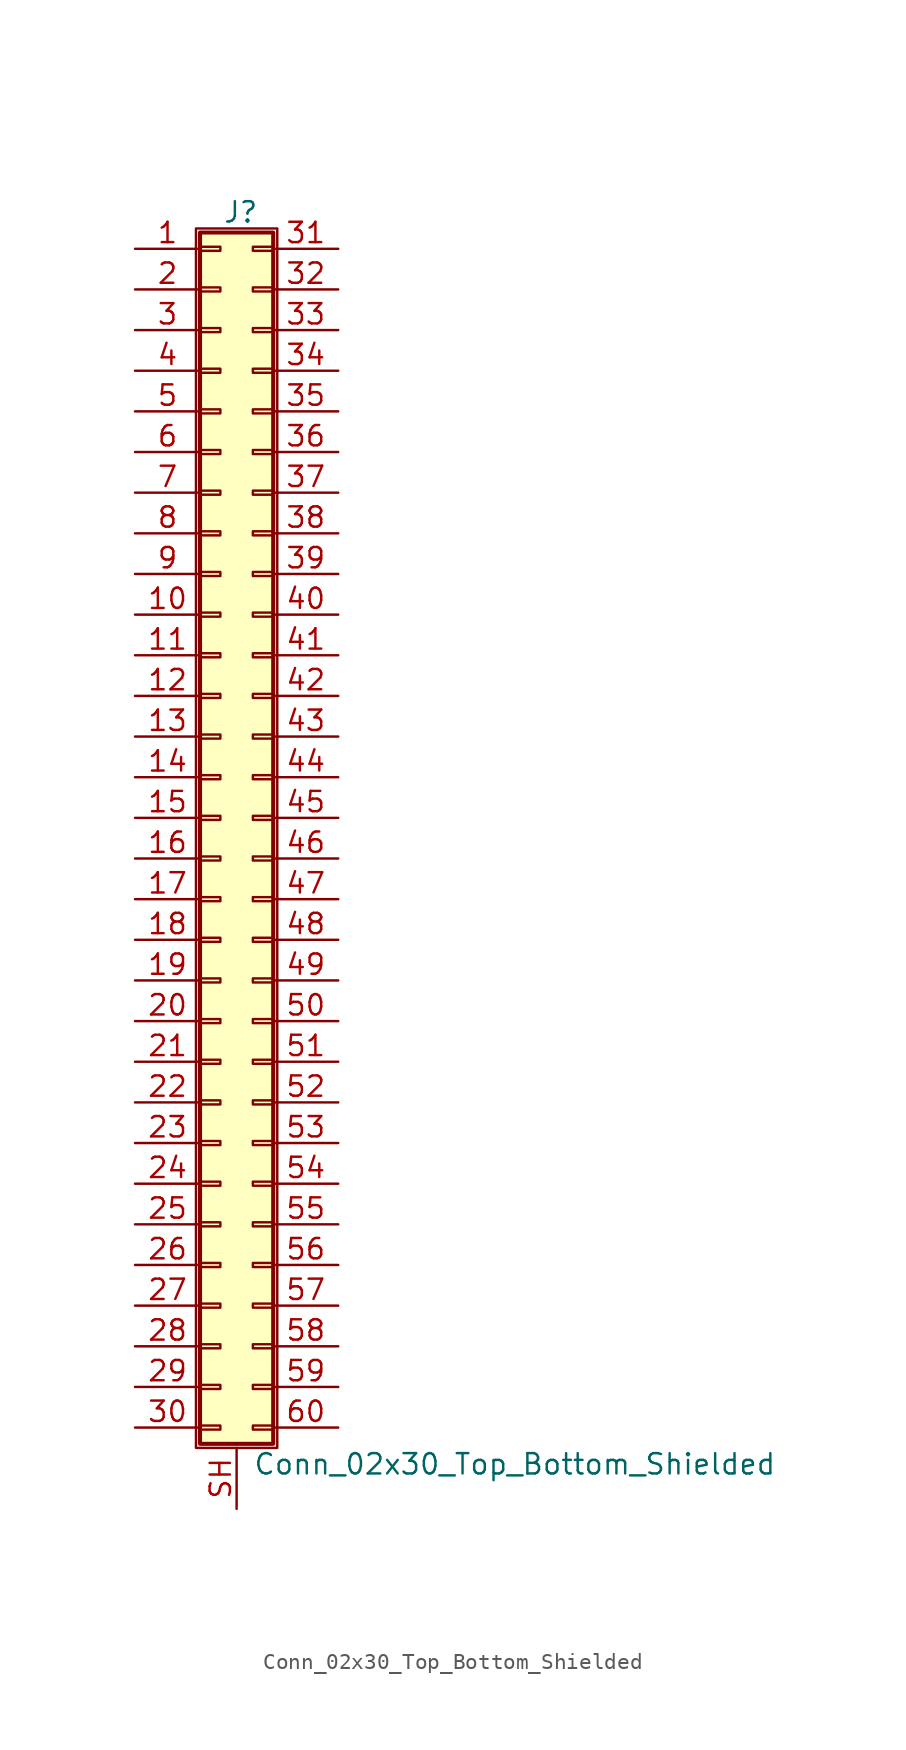
<source format=kicad_sym>
(kicad_symbol_lib
  (version 20201005)
  (generator kicad_symbol_editor)
  (symbol "Connector_Generic_Shielded:Conn_02x30_Top_Bottom_Shielded"
    (pin_names
      (offset 1.016) hide)
    (property "Reference" "J"
      (at 1.524 37.846 0)
      (effects (font (size 1.27 1.27))))
    (property "Value" "Conn_02x30_Top_Bottom_Shielded"
      (at 2.286 -40.386 0)
      (effects (font (size 1.27 1.27)) (justify left)))
    (symbol "Conn_02x30_Top_Bottom_Shielded_1_1"
      (rectangle (start -1.016 -27.813) (end 0.254 -28.067) (stroke (width 0.152)) (fill (type none)))
      (rectangle (start -1.016 -30.353) (end 0.254 -30.607) (stroke (width 0.152)) (fill (type none)))
      (rectangle (start -1.016 -32.893) (end 0.254 -33.147) (stroke (width 0.152)) (fill (type none)))
      (rectangle (start -1.016 -35.433) (end 0.254 -35.687) (stroke (width 0.152)) (fill (type none)))
      (rectangle (start -1.016 -37.973) (end 0.254 -38.227) (stroke (width 0.152)) (fill (type none)))
      (rectangle (start -1.016 -4.953) (end 0.254 -5.207) (stroke (width 0.152)) (fill (type none)))
      (rectangle (start -1.016 -7.493) (end 0.254 -7.747) (stroke (width 0.152)) (fill (type none)))
      (rectangle (start -1.016 -10.033) (end 0.254 -10.287) (stroke (width 0.152)) (fill (type none)))
      (rectangle (start -1.016 -12.573) (end 0.254 -12.827) (stroke (width 0.152)) (fill (type none)))
      (rectangle (start -1.016 -15.113) (end 0.254 -15.367) (stroke (width 0.152)) (fill (type none)))
      (rectangle (start -1.016 -17.653) (end 0.254 -17.907) (stroke (width 0.152)) (fill (type none)))
      (rectangle (start -1.016 -20.193) (end 0.254 -20.447) (stroke (width 0.152)) (fill (type none)))
      (rectangle (start -1.016 -22.733) (end 0.254 -22.987) (stroke (width 0.152)) (fill (type none)))
      (rectangle (start -1.016 -2.413) (end 0.254 -2.667) (stroke (width 0.152)) (fill (type none)))
      (rectangle (start -1.016 -25.273) (end 0.254 -25.527) (stroke (width 0.152)) (fill (type none)))
      (rectangle (start -1.016 25.527) (end 0.254 25.273) (stroke (width 0.152)) (fill (type none)))
      (rectangle (start -1.016 2.667) (end 0.254 2.413) (stroke (width 0.152)) (fill (type none)))
      (rectangle (start -1.016 28.067) (end 0.254 27.813) (stroke (width 0.152)) (fill (type none)))
      (rectangle (start -1.016 30.607) (end 0.254 30.353) (stroke (width 0.152)) (fill (type none)))
      (rectangle (start -1.016 33.147) (end 0.254 32.893) (stroke (width 0.152)) (fill (type none)))
      (rectangle (start -1.016 35.687) (end 0.254 35.433) (stroke (width 0.152)) (fill (type none)))
      (rectangle (start -1.016 36.576) (end 3.556 -39.116) (stroke (width 0.254)) (fill (type background)))
      (rectangle (start -1.016 5.207) (end 0.254 4.953) (stroke (width 0.152)) (fill (type none)))
      (rectangle (start -1.016 7.747) (end 0.254 7.493) (stroke (width 0.152)) (fill (type none)))
      (rectangle (start -1.016 10.287) (end 0.254 10.033) (stroke (width 0.152)) (fill (type none)))
      (rectangle (start -1.016 0.127) (end 0.254 -0.127) (stroke (width 0.152)) (fill (type none)))
      (rectangle (start -1.016 12.827) (end 0.254 12.573) (stroke (width 0.152)) (fill (type none)))
      (rectangle (start -1.016 15.367) (end 0.254 15.113) (stroke (width 0.152)) (fill (type none)))
      (rectangle (start -1.016 17.907) (end 0.254 17.653) (stroke (width 0.152)) (fill (type none)))
      (rectangle (start -1.016 20.447) (end 0.254 20.193) (stroke (width 0.152)) (fill (type none)))
      (rectangle (start -1.016 22.987) (end 0.254 22.733) (stroke (width 0.152)) (fill (type none)))
      (rectangle (start -1.27 36.83) (end 3.81 -39.37) (stroke (width 0.152)) (fill (type none)))
      (rectangle (start 3.556 -27.813) (end 2.286 -28.067) (stroke (width 0.152)) (fill (type none)))
      (rectangle (start 3.556 -30.353) (end 2.286 -30.607) (stroke (width 0.152)) (fill (type none)))
      (rectangle (start 3.556 -32.893) (end 2.286 -33.147) (stroke (width 0.152)) (fill (type none)))
      (rectangle (start 3.556 -35.433) (end 2.286 -35.687) (stroke (width 0.152)) (fill (type none)))
      (rectangle (start 3.556 -37.973) (end 2.286 -38.227) (stroke (width 0.152)) (fill (type none)))
      (rectangle (start 3.556 -4.953) (end 2.286 -5.207) (stroke (width 0.152)) (fill (type none)))
      (rectangle (start 3.556 -7.493) (end 2.286 -7.747) (stroke (width 0.152)) (fill (type none)))
      (rectangle (start 3.556 -10.033) (end 2.286 -10.287) (stroke (width 0.152)) (fill (type none)))
      (rectangle (start 3.556 -12.573) (end 2.286 -12.827) (stroke (width 0.152)) (fill (type none)))
      (rectangle (start 3.556 -15.113) (end 2.286 -15.367) (stroke (width 0.152)) (fill (type none)))
      (rectangle (start 3.556 -17.653) (end 2.286 -17.907) (stroke (width 0.152)) (fill (type none)))
      (rectangle (start 3.556 -20.193) (end 2.286 -20.447) (stroke (width 0.152)) (fill (type none)))
      (rectangle (start 3.556 -22.733) (end 2.286 -22.987) (stroke (width 0.152)) (fill (type none)))
      (rectangle (start 3.556 -2.413) (end 2.286 -2.667) (stroke (width 0.152)) (fill (type none)))
      (rectangle (start 3.556 -25.273) (end 2.286 -25.527) (stroke (width 0.152)) (fill (type none)))
      (rectangle (start 3.556 25.527) (end 2.286 25.273) (stroke (width 0.152)) (fill (type none)))
      (rectangle (start 3.556 2.667) (end 2.286 2.413) (stroke (width 0.152)) (fill (type none)))
      (rectangle (start 3.556 28.067) (end 2.286 27.813) (stroke (width 0.152)) (fill (type none)))
      (rectangle (start 3.556 30.607) (end 2.286 30.353) (stroke (width 0.152)) (fill (type none)))
      (rectangle (start 3.556 33.147) (end 2.286 32.893) (stroke (width 0.152)) (fill (type none)))
      (rectangle (start 3.556 35.687) (end 2.286 35.433) (stroke (width 0.152)) (fill (type none)))
      (rectangle (start 3.556 5.207) (end 2.286 4.953) (stroke (width 0.152)) (fill (type none)))
      (rectangle (start 3.556 7.747) (end 2.286 7.493) (stroke (width 0.152)) (fill (type none)))
      (rectangle (start 3.556 10.287) (end 2.286 10.033) (stroke (width 0.152)) (fill (type none)))
      (rectangle (start 3.556 0.127) (end 2.286 -0.127) (stroke (width 0.152)) (fill (type none)))
      (rectangle (start 3.556 12.827) (end 2.286 12.573) (stroke (width 0.152)) (fill (type none)))
      (rectangle (start 3.556 15.367) (end 2.286 15.113) (stroke (width 0.152)) (fill (type none)))
      (rectangle (start 3.556 17.907) (end 2.286 17.653) (stroke (width 0.152)) (fill (type none)))
      (rectangle (start 3.556 20.447) (end 2.286 20.193) (stroke (width 0.152)) (fill (type none)))
      (rectangle (start 3.556 22.987) (end 2.286 22.733) (stroke (width 0.152)) (fill (type none)))
      (pin passive line (at -5.08 35.56 0) (length 4.064) (name "Pin_1" (effects (font (size 1.27 1.27)))) (number "1" (effects (font (size 1.27 1.27)))))
      (pin passive line (at -5.08 12.7 0) (length 4.064) (name "Pin_10" (effects (font (size 1.27 1.27)))) (number "10" (effects (font (size 1.27 1.27)))))
      (pin passive line (at -5.08 10.16 0) (length 4.064) (name "Pin_11" (effects (font (size 1.27 1.27)))) (number "11" (effects (font (size 1.27 1.27)))))
      (pin passive line (at -5.08 7.62 0) (length 4.064) (name "Pin_12" (effects (font (size 1.27 1.27)))) (number "12" (effects (font (size 1.27 1.27)))))
      (pin passive line (at -5.08 5.08 0) (length 4.064) (name "Pin_13" (effects (font (size 1.27 1.27)))) (number "13" (effects (font (size 1.27 1.27)))))
      (pin passive line (at -5.08 2.54 0) (length 4.064) (name "Pin_14" (effects (font (size 1.27 1.27)))) (number "14" (effects (font (size 1.27 1.27)))))
      (pin passive line (at -5.08 0 0) (length 4.064) (name "Pin_15" (effects (font (size 1.27 1.27)))) (number "15" (effects (font (size 1.27 1.27)))))
      (pin passive line (at -5.08 -2.54 0) (length 4.064) (name "Pin_16" (effects (font (size 1.27 1.27)))) (number "16" (effects (font (size 1.27 1.27)))))
      (pin passive line (at -5.08 -5.08 0) (length 4.064) (name "Pin_17" (effects (font (size 1.27 1.27)))) (number "17" (effects (font (size 1.27 1.27)))))
      (pin passive line (at -5.08 -7.62 0) (length 4.064) (name "Pin_18" (effects (font (size 1.27 1.27)))) (number "18" (effects (font (size 1.27 1.27)))))
      (pin passive line (at -5.08 -10.16 0) (length 4.064) (name "Pin_19" (effects (font (size 1.27 1.27)))) (number "19" (effects (font (size 1.27 1.27)))))
      (pin passive line (at -5.08 33.02 0) (length 4.064) (name "Pin_2" (effects (font (size 1.27 1.27)))) (number "2" (effects (font (size 1.27 1.27)))))
      (pin passive line (at -5.08 -12.7 0) (length 4.064) (name "Pin_20" (effects (font (size 1.27 1.27)))) (number "20" (effects (font (size 1.27 1.27)))))
      (pin passive line (at -5.08 -15.24 0) (length 4.064) (name "Pin_21" (effects (font (size 1.27 1.27)))) (number "21" (effects (font (size 1.27 1.27)))))
      (pin passive line (at -5.08 -17.78 0) (length 4.064) (name "Pin_22" (effects (font (size 1.27 1.27)))) (number "22" (effects (font (size 1.27 1.27)))))
      (pin passive line (at -5.08 -20.32 0) (length 4.064) (name "Pin_23" (effects (font (size 1.27 1.27)))) (number "23" (effects (font (size 1.27 1.27)))))
      (pin passive line (at -5.08 -22.86 0) (length 4.064) (name "Pin_24" (effects (font (size 1.27 1.27)))) (number "24" (effects (font (size 1.27 1.27)))))
      (pin passive line (at -5.08 -25.4 0) (length 4.064) (name "Pin_25" (effects (font (size 1.27 1.27)))) (number "25" (effects (font (size 1.27 1.27)))))
      (pin passive line (at -5.08 -27.94 0) (length 4.064) (name "Pin_26" (effects (font (size 1.27 1.27)))) (number "26" (effects (font (size 1.27 1.27)))))
      (pin passive line (at -5.08 -30.48 0) (length 4.064) (name "Pin_27" (effects (font (size 1.27 1.27)))) (number "27" (effects (font (size 1.27 1.27)))))
      (pin passive line (at -5.08 -33.02 0) (length 4.064) (name "Pin_28" (effects (font (size 1.27 1.27)))) (number "28" (effects (font (size 1.27 1.27)))))
      (pin passive line (at -5.08 -35.56 0) (length 4.064) (name "Pin_29" (effects (font (size 1.27 1.27)))) (number "29" (effects (font (size 1.27 1.27)))))
      (pin passive line (at -5.08 30.48 0) (length 4.064) (name "Pin_3" (effects (font (size 1.27 1.27)))) (number "3" (effects (font (size 1.27 1.27)))))
      (pin passive line (at -5.08 -38.1 0) (length 4.064) (name "Pin_30" (effects (font (size 1.27 1.27)))) (number "30" (effects (font (size 1.27 1.27)))))
      (pin passive line (at 7.62 35.56 180) (length 4.064) (name "Pin_31" (effects (font (size 1.27 1.27)))) (number "31" (effects (font (size 1.27 1.27)))))
      (pin passive line (at 7.62 33.02 180) (length 4.064) (name "Pin_32" (effects (font (size 1.27 1.27)))) (number "32" (effects (font (size 1.27 1.27)))))
      (pin passive line (at 7.62 30.48 180) (length 4.064) (name "Pin_33" (effects (font (size 1.27 1.27)))) (number "33" (effects (font (size 1.27 1.27)))))
      (pin passive line (at 7.62 27.94 180) (length 4.064) (name "Pin_34" (effects (font (size 1.27 1.27)))) (number "34" (effects (font (size 1.27 1.27)))))
      (pin passive line (at 7.62 25.4 180) (length 4.064) (name "Pin_35" (effects (font (size 1.27 1.27)))) (number "35" (effects (font (size 1.27 1.27)))))
      (pin passive line (at 7.62 22.86 180) (length 4.064) (name "Pin_36" (effects (font (size 1.27 1.27)))) (number "36" (effects (font (size 1.27 1.27)))))
      (pin passive line (at 7.62 20.32 180) (length 4.064) (name "Pin_37" (effects (font (size 1.27 1.27)))) (number "37" (effects (font (size 1.27 1.27)))))
      (pin passive line (at 7.62 17.78 180) (length 4.064) (name "Pin_38" (effects (font (size 1.27 1.27)))) (number "38" (effects (font (size 1.27 1.27)))))
      (pin passive line (at 7.62 15.24 180) (length 4.064) (name "Pin_39" (effects (font (size 1.27 1.27)))) (number "39" (effects (font (size 1.27 1.27)))))
      (pin passive line (at -5.08 27.94 0) (length 4.064) (name "Pin_4" (effects (font (size 1.27 1.27)))) (number "4" (effects (font (size 1.27 1.27)))))
      (pin passive line (at 7.62 12.7 180) (length 4.064) (name "Pin_40" (effects (font (size 1.27 1.27)))) (number "40" (effects (font (size 1.27 1.27)))))
      (pin passive line (at 7.62 10.16 180) (length 4.064) (name "Pin_41" (effects (font (size 1.27 1.27)))) (number "41" (effects (font (size 1.27 1.27)))))
      (pin passive line (at 7.62 7.62 180) (length 4.064) (name "Pin_42" (effects (font (size 1.27 1.27)))) (number "42" (effects (font (size 1.27 1.27)))))
      (pin passive line (at 7.62 5.08 180) (length 4.064) (name "Pin_43" (effects (font (size 1.27 1.27)))) (number "43" (effects (font (size 1.27 1.27)))))
      (pin passive line (at 7.62 2.54 180) (length 4.064) (name "Pin_44" (effects (font (size 1.27 1.27)))) (number "44" (effects (font (size 1.27 1.27)))))
      (pin passive line (at 7.62 0 180) (length 4.064) (name "Pin_45" (effects (font (size 1.27 1.27)))) (number "45" (effects (font (size 1.27 1.27)))))
      (pin passive line (at 7.62 -2.54 180) (length 4.064) (name "Pin_46" (effects (font (size 1.27 1.27)))) (number "46" (effects (font (size 1.27 1.27)))))
      (pin passive line (at 7.62 -5.08 180) (length 4.064) (name "Pin_47" (effects (font (size 1.27 1.27)))) (number "47" (effects (font (size 1.27 1.27)))))
      (pin passive line (at 7.62 -7.62 180) (length 4.064) (name "Pin_48" (effects (font (size 1.27 1.27)))) (number "48" (effects (font (size 1.27 1.27)))))
      (pin passive line (at 7.62 -10.16 180) (length 4.064) (name "Pin_49" (effects (font (size 1.27 1.27)))) (number "49" (effects (font (size 1.27 1.27)))))
      (pin passive line (at -5.08 25.4 0) (length 4.064) (name "Pin_5" (effects (font (size 1.27 1.27)))) (number "5" (effects (font (size 1.27 1.27)))))
      (pin passive line (at 7.62 -12.7 180) (length 4.064) (name "Pin_50" (effects (font (size 1.27 1.27)))) (number "50" (effects (font (size 1.27 1.27)))))
      (pin passive line (at 7.62 -15.24 180) (length 4.064) (name "Pin_51" (effects (font (size 1.27 1.27)))) (number "51" (effects (font (size 1.27 1.27)))))
      (pin passive line (at 7.62 -17.78 180) (length 4.064) (name "Pin_52" (effects (font (size 1.27 1.27)))) (number "52" (effects (font (size 1.27 1.27)))))
      (pin passive line (at 7.62 -20.32 180) (length 4.064) (name "Pin_53" (effects (font (size 1.27 1.27)))) (number "53" (effects (font (size 1.27 1.27)))))
      (pin passive line (at 7.62 -22.86 180) (length 4.064) (name "Pin_54" (effects (font (size 1.27 1.27)))) (number "54" (effects (font (size 1.27 1.27)))))
      (pin passive line (at 7.62 -25.4 180) (length 4.064) (name "Pin_55" (effects (font (size 1.27 1.27)))) (number "55" (effects (font (size 1.27 1.27)))))
      (pin passive line (at 7.62 -27.94 180) (length 4.064) (name "Pin_56" (effects (font (size 1.27 1.27)))) (number "56" (effects (font (size 1.27 1.27)))))
      (pin passive line (at 7.62 -30.48 180) (length 4.064) (name "Pin_57" (effects (font (size 1.27 1.27)))) (number "57" (effects (font (size 1.27 1.27)))))
      (pin passive line (at 7.62 -33.02 180) (length 4.064) (name "Pin_58" (effects (font (size 1.27 1.27)))) (number "58" (effects (font (size 1.27 1.27)))))
      (pin passive line (at 7.62 -35.56 180) (length 4.064) (name "Pin_59" (effects (font (size 1.27 1.27)))) (number "59" (effects (font (size 1.27 1.27)))))
      (pin passive line (at -5.08 22.86 0) (length 4.064) (name "Pin_6" (effects (font (size 1.27 1.27)))) (number "6" (effects (font (size 1.27 1.27)))))
      (pin passive line (at 7.62 -38.1 180) (length 4.064) (name "Pin_60" (effects (font (size 1.27 1.27)))) (number "60" (effects (font (size 1.27 1.27)))))
      (pin passive line (at -5.08 20.32 0) (length 4.064) (name "Pin_7" (effects (font (size 1.27 1.27)))) (number "7" (effects (font (size 1.27 1.27)))))
      (pin passive line (at -5.08 17.78 0) (length 4.064) (name "Pin_8" (effects (font (size 1.27 1.27)))) (number "8" (effects (font (size 1.27 1.27)))))
      (pin passive line (at -5.08 15.24 0) (length 4.064) (name "Pin_9" (effects (font (size 1.27 1.27)))) (number "9" (effects (font (size 1.27 1.27)))))
      (pin passive line (at 1.27 -43.18 90) (length 3.81) (name "Shield" (effects (font (size 1.27 1.27)))) (number "SH" (effects (font (size 1.27 1.27))))))))
</source>
